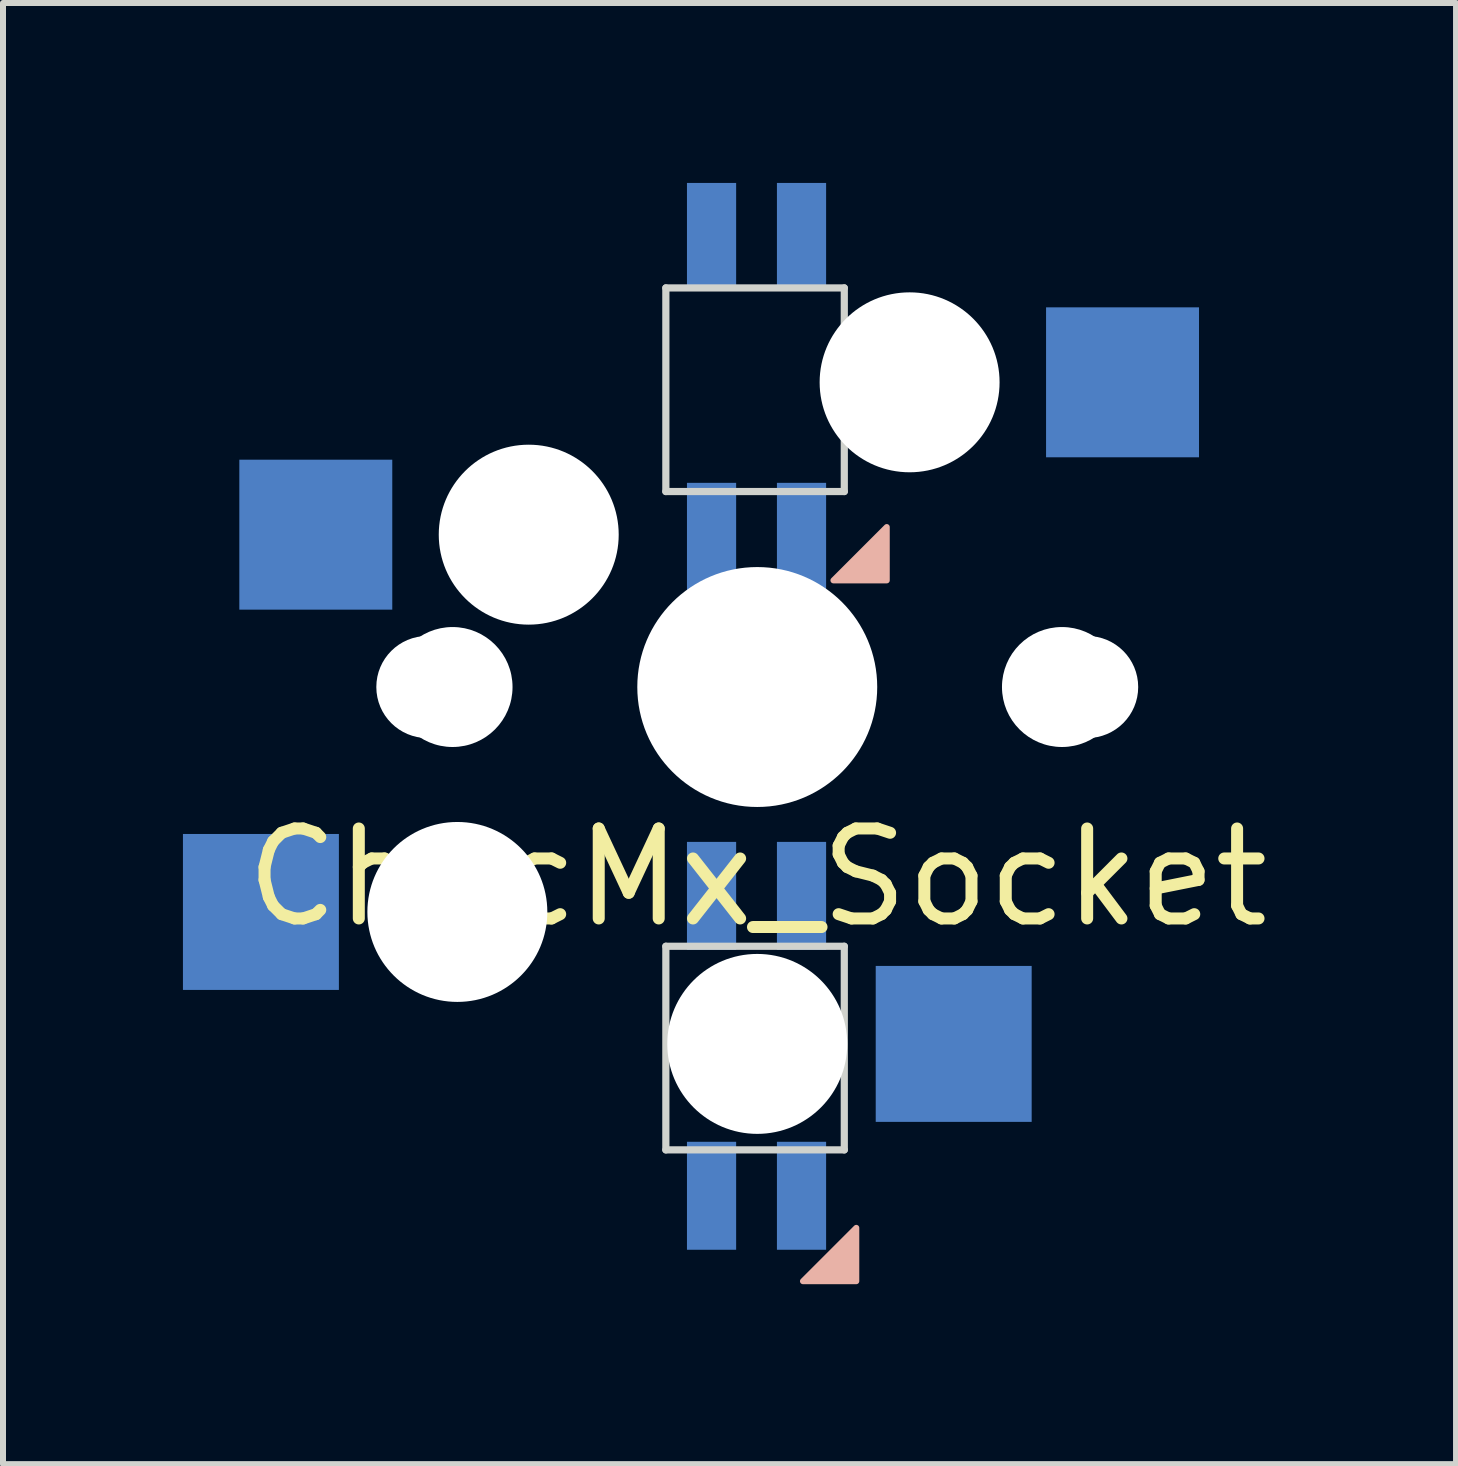
<source format=kicad_pcb>
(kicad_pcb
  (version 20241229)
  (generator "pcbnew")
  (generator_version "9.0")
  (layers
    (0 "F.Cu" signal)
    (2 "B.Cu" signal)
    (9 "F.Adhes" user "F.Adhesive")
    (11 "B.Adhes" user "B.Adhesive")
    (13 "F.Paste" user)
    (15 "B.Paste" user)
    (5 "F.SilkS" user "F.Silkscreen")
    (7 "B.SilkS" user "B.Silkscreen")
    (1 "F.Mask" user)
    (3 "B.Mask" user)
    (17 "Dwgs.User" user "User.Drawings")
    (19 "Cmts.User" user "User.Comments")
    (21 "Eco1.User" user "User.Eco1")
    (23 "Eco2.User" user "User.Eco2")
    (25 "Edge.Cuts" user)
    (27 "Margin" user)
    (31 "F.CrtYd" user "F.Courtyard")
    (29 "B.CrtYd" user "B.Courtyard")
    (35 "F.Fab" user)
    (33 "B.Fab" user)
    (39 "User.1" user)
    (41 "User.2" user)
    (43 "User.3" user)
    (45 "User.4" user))
  (footprint "ChocMx_Socket"
    (layer "F.Cu")
    (at 9.575 8.404)
    (property "Reference" "ChocMx_Socket" (at 0 3.175 180) (layer "F.SilkS") (effects (font (size 1.5 1.5) (thickness 0.2))))
    (attr through_hole)
    (fp_arc (start -0.25 0) (mid 0 -0.25) (end 0.25 0) (stroke (width 0.1) (type solid)) (layer "B.SilkS"))
    (fp_arc (start 0.25 0) (mid 0 0.25) (end -0.25 0) (stroke (width 0.1) (type solid)) (layer "B.SilkS"))
    (fp_poly (pts (xy 1.651 9.906) (xy 1.651 9.017) (xy 0.762 9.906)) (stroke (width 0.1) (type solid)) (fill yes) (layer "B.SilkS"))
    (fp_poly (pts (xy 2.159 -1.778) (xy 2.159 -2.667) (xy 1.27 -1.778)) (stroke (width 0.1) (type solid)) (fill yes) (layer "B.SilkS"))
    (fp_line (start -1.524 -6.654) (end -1.524 -3.259) (stroke (width 0.12) (type solid)) (layer "Edge.Cuts"))
    (fp_line (start -1.524 -6.654) (end 1.451 -6.654) (stroke (width 0.12) (type solid)) (layer "Edge.Cuts"))
    (fp_line (start -1.524 4.322) (end -1.524 7.717) (stroke (width 0.12) (type solid)) (layer "Edge.Cuts"))
    (fp_line (start -1.524 4.322) (end 1.451 4.322) (stroke (width 0.12) (type solid)) (layer "Edge.Cuts"))
    (fp_line (start 1.451 -6.654) (end 1.451 -3.259) (stroke (width 0.12) (type solid)) (layer "Edge.Cuts"))
    (fp_line (start 1.451 -3.259) (end -1.524 -3.259) (stroke (width 0.12) (type solid)) (layer "Edge.Cuts"))
    (fp_line (start 1.451 4.322) (end 1.451 7.717) (stroke (width 0.12) (type solid)) (layer "Edge.Cuts"))
    (fp_line (start 1.451 7.717) (end -1.524 7.717) (stroke (width 0.12) (type solid)) (layer "Edge.Cuts"))
    (pad "" np_thru_hole circle (at -5.5 0) (size 1.702 1.702) (drill 1.702) (layers "*.Cu" "*.Mask"))
    (pad "" np_thru_hole circle (at -5.08 0) (size 2 2) (drill 2) (layers "*.Cu" "*.Mask"))
    (pad "" np_thru_hole circle (at -5 3.75) (size 3 3) (drill 3) (layers "*.Cu" "*.Mask"))
    (pad "" np_thru_hole circle (at -3.81 -2.54) (size 3 3) (drill 3) (layers "*.Cu" "*.Mask"))
    (pad "" np_thru_hole circle (at 0 0) (size 3.429 3.429) (drill 3.429) (layers "*.Cu" "*.Mask"))
    (pad "" np_thru_hole circle (at 0 0) (size 4 4) (drill 4) (layers "*.Cu" "*.Mask"))
    (pad "" np_thru_hole circle (at 0 5.95) (size 3 3) (drill 3) (layers "*.Cu" "*.Mask"))
    (pad "" np_thru_hole circle (at 2.54 -5.08) (size 3 3) (drill 3) (layers "*.Cu" "*.Mask"))
    (pad "" np_thru_hole circle (at 5.08 0) (size 2 2) (drill 2) (layers "*.Cu" "*.Mask"))
    (pad "" np_thru_hole circle (at 5.5 0) (size 1.702 1.702) (drill 1.702) (layers "*.Cu" "*.Mask"))
    (pad "1" smd rect (at -7.36 -2.54) (size 2.55 2.5) (layers "B.Cu" "B.Mask" "B.Paste"))
    (pad "2" smd rect (at 6.09 -5.08) (size 2.55 2.5) (layers "B.Cu" "B.Mask" "B.Paste"))
    (pad "3" smd rect (at -8.275 3.75) (size 2.6 2.6) (layers "B.Cu" "B.Mask" "B.Paste"))
    (pad "4" smd rect (at 3.275 5.95) (size 2.6 2.6) (layers "B.Cu" "B.Mask" "B.Paste"))
    (pad "5" smd rect (at 0.738 -7.504 90) (size 1.8 0.82) (layers "B.Cu" "B.Mask" "B.Paste"))
    (pad "6" smd rect (at -0.762 -7.504 90) (size 1.8 0.82) (layers "B.Cu" "B.Mask" "B.Paste"))
    (pad "7" smd rect (at -0.762 -2.504 90) (size 1.8 0.82) (layers "B.Cu" "B.Mask" "B.Paste"))
    (pad "8" smd rect (at 0.738 -2.504 90) (size 1.8 0.82) (layers "B.Cu" "B.Mask" "B.Paste"))
    (pad "9" smd rect (at 0.738 3.482 90) (size 1.8 0.82) (layers "B.Cu" "B.Mask" "B.Paste"))
    (pad "10" smd rect (at -0.762 3.482 90) (size 1.8 0.82) (layers "B.Cu" "B.Mask" "B.Paste"))
    (pad "11" smd rect (at -0.762 8.482 90) (size 1.8 0.82) (layers "B.Cu" "B.Mask" "B.Paste"))
    (pad "12" smd rect (at 0.738 8.482 90) (size 1.8 0.82) (layers "B.Cu" "B.Mask" "B.Paste")))
  (gr_rect
    (start -3 -3)
    (end 21.225 21.36)
    (stroke (width 0.1) (type default))
    (fill no)
    (layer "Edge.Cuts")))
</source>
